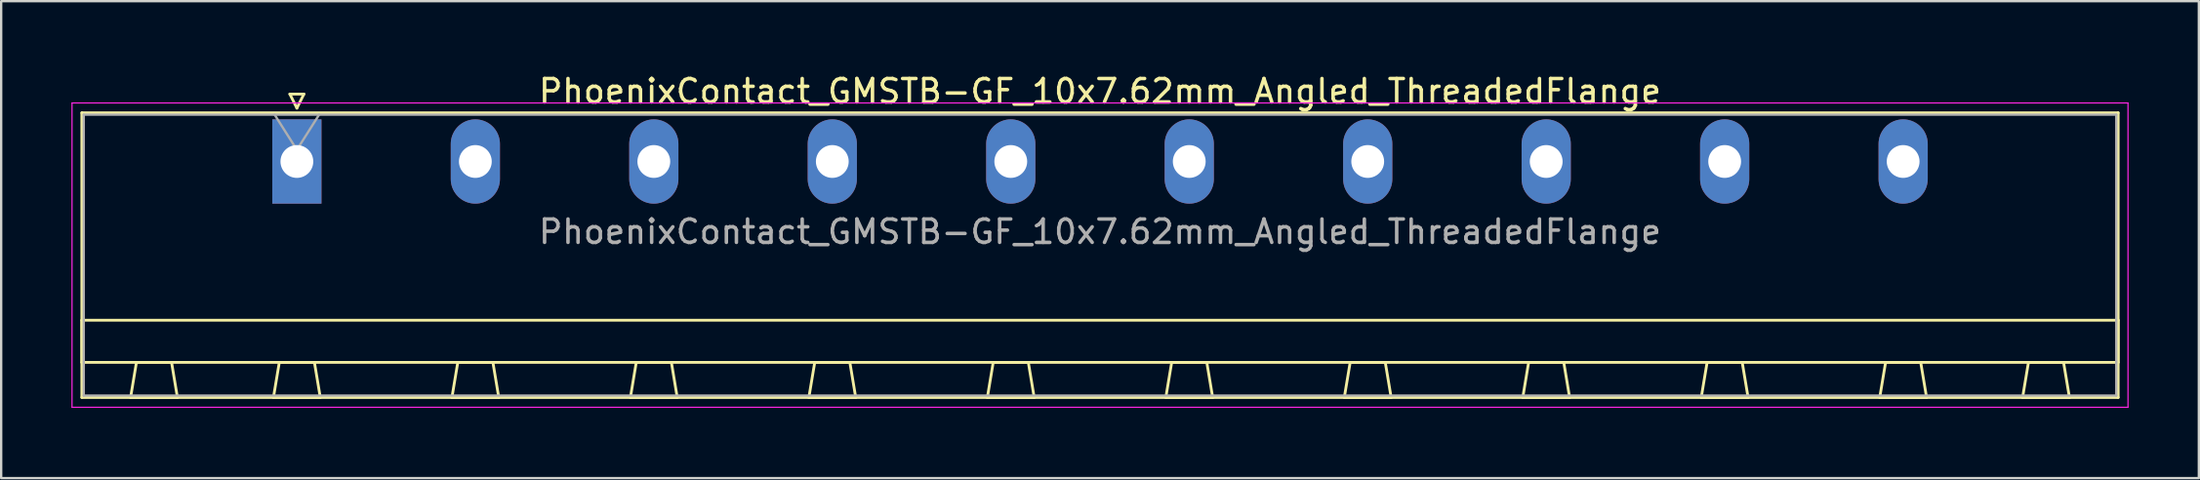
<source format=kicad_pcb>
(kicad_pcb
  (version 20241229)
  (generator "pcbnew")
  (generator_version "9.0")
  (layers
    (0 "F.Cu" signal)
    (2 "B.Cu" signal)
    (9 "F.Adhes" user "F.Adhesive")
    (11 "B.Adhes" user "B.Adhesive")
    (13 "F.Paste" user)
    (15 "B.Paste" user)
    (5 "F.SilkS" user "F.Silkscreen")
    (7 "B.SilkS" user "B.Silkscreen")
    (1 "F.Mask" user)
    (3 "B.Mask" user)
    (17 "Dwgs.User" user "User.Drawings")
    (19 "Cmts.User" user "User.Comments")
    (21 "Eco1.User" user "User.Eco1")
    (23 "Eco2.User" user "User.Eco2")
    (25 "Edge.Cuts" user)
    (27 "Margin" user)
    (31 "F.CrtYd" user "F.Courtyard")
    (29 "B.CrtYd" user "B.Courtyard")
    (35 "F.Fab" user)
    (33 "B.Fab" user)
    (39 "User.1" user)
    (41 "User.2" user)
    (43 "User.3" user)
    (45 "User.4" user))
  (footprint "PhoenixContact_GMSTB-GF_10x7.62mm_Angled_ThreadedFlange"
    (layer "F.Cu")
    (at 9.625 3.848)
    (property "Reference" "PhoenixContact_GMSTB-GF_10x7.62mm_Angled_ThreadedFlange" (at 34.29 -3 0) (layer "F.SilkS") (effects (font (size 1 1) (thickness 0.15))))
    (attr through_hole)
    (fp_line (start -9.18 -2.08) (end -9.18 10.08) (stroke (width 0.12) (type solid)) (layer "F.SilkS"))
    (fp_line (start -9.18 6.78) (end 77.76 6.78) (stroke (width 0.12) (type solid)) (layer "F.SilkS"))
    (fp_line (start -9.18 8.58) (end -9.18 6.78) (stroke (width 0.12) (type solid)) (layer "F.SilkS"))
    (fp_line (start -9.18 10.08) (end 77.76 10.08) (stroke (width 0.12) (type solid)) (layer "F.SilkS"))
    (fp_line (start -7.1 10.08) (end -5.1 10.08) (stroke (width 0.12) (type solid)) (layer "F.SilkS"))
    (fp_line (start -6.85 8.58) (end -7.1 10.08) (stroke (width 0.12) (type solid)) (layer "F.SilkS"))
    (fp_line (start -5.35 8.58) (end -6.85 8.58) (stroke (width 0.12) (type solid)) (layer "F.SilkS"))
    (fp_line (start -5.1 10.08) (end -5.35 8.58) (stroke (width 0.12) (type solid)) (layer "F.SilkS"))
    (fp_line (start -1 10.08) (end 1 10.08) (stroke (width 0.12) (type solid)) (layer "F.SilkS"))
    (fp_line (start -0.75 8.58) (end -1 10.08) (stroke (width 0.12) (type solid)) (layer "F.SilkS"))
    (fp_line (start -0.3 -2.88) (end 0.3 -2.88) (stroke (width 0.12) (type solid)) (layer "F.SilkS"))
    (fp_line (start 0 -2.28) (end -0.3 -2.88) (stroke (width 0.12) (type solid)) (layer "F.SilkS"))
    (fp_line (start 0.3 -2.88) (end 0 -2.28) (stroke (width 0.12) (type solid)) (layer "F.SilkS"))
    (fp_line (start 0.75 8.58) (end -0.75 8.58) (stroke (width 0.12) (type solid)) (layer "F.SilkS"))
    (fp_line (start 1 10.08) (end 0.75 8.58) (stroke (width 0.12) (type solid)) (layer "F.SilkS"))
    (fp_line (start 6.62 10.08) (end 8.62 10.08) (stroke (width 0.12) (type solid)) (layer "F.SilkS"))
    (fp_line (start 6.87 8.58) (end 6.62 10.08) (stroke (width 0.12) (type solid)) (layer "F.SilkS"))
    (fp_line (start 8.37 8.58) (end 6.87 8.58) (stroke (width 0.12) (type solid)) (layer "F.SilkS"))
    (fp_line (start 8.62 10.08) (end 8.37 8.58) (stroke (width 0.12) (type solid)) (layer "F.SilkS"))
    (fp_line (start 14.24 10.08) (end 16.24 10.08) (stroke (width 0.12) (type solid)) (layer "F.SilkS"))
    (fp_line (start 14.49 8.58) (end 14.24 10.08) (stroke (width 0.12) (type solid)) (layer "F.SilkS"))
    (fp_line (start 15.99 8.58) (end 14.49 8.58) (stroke (width 0.12) (type solid)) (layer "F.SilkS"))
    (fp_line (start 16.24 10.08) (end 15.99 8.58) (stroke (width 0.12) (type solid)) (layer "F.SilkS"))
    (fp_line (start 21.86 10.08) (end 23.86 10.08) (stroke (width 0.12) (type solid)) (layer "F.SilkS"))
    (fp_line (start 22.11 8.58) (end 21.86 10.08) (stroke (width 0.12) (type solid)) (layer "F.SilkS"))
    (fp_line (start 23.61 8.58) (end 22.11 8.58) (stroke (width 0.12) (type solid)) (layer "F.SilkS"))
    (fp_line (start 23.86 10.08) (end 23.61 8.58) (stroke (width 0.12) (type solid)) (layer "F.SilkS"))
    (fp_line (start 29.48 10.08) (end 31.48 10.08) (stroke (width 0.12) (type solid)) (layer "F.SilkS"))
    (fp_line (start 29.73 8.58) (end 29.48 10.08) (stroke (width 0.12) (type solid)) (layer "F.SilkS"))
    (fp_line (start 31.23 8.58) (end 29.73 8.58) (stroke (width 0.12) (type solid)) (layer "F.SilkS"))
    (fp_line (start 31.48 10.08) (end 31.23 8.58) (stroke (width 0.12) (type solid)) (layer "F.SilkS"))
    (fp_line (start 37.1 10.08) (end 39.1 10.08) (stroke (width 0.12) (type solid)) (layer "F.SilkS"))
    (fp_line (start 37.35 8.58) (end 37.1 10.08) (stroke (width 0.12) (type solid)) (layer "F.SilkS"))
    (fp_line (start 38.85 8.58) (end 37.35 8.58) (stroke (width 0.12) (type solid)) (layer "F.SilkS"))
    (fp_line (start 39.1 10.08) (end 38.85 8.58) (stroke (width 0.12) (type solid)) (layer "F.SilkS"))
    (fp_line (start 44.72 10.08) (end 46.72 10.08) (stroke (width 0.12) (type solid)) (layer "F.SilkS"))
    (fp_line (start 44.97 8.58) (end 44.72 10.08) (stroke (width 0.12) (type solid)) (layer "F.SilkS"))
    (fp_line (start 46.47 8.58) (end 44.97 8.58) (stroke (width 0.12) (type solid)) (layer "F.SilkS"))
    (fp_line (start 46.72 10.08) (end 46.47 8.58) (stroke (width 0.12) (type solid)) (layer "F.SilkS"))
    (fp_line (start 52.34 10.08) (end 54.34 10.08) (stroke (width 0.12) (type solid)) (layer "F.SilkS"))
    (fp_line (start 52.59 8.58) (end 52.34 10.08) (stroke (width 0.12) (type solid)) (layer "F.SilkS"))
    (fp_line (start 54.09 8.58) (end 52.59 8.58) (stroke (width 0.12) (type solid)) (layer "F.SilkS"))
    (fp_line (start 54.34 10.08) (end 54.09 8.58) (stroke (width 0.12) (type solid)) (layer "F.SilkS"))
    (fp_line (start 59.96 10.08) (end 61.96 10.08) (stroke (width 0.12) (type solid)) (layer "F.SilkS"))
    (fp_line (start 60.21 8.58) (end 59.96 10.08) (stroke (width 0.12) (type solid)) (layer "F.SilkS"))
    (fp_line (start 61.71 8.58) (end 60.21 8.58) (stroke (width 0.12) (type solid)) (layer "F.SilkS"))
    (fp_line (start 61.96 10.08) (end 61.71 8.58) (stroke (width 0.12) (type solid)) (layer "F.SilkS"))
    (fp_line (start 67.58 10.08) (end 69.58 10.08) (stroke (width 0.12) (type solid)) (layer "F.SilkS"))
    (fp_line (start 67.83 8.58) (end 67.58 10.08) (stroke (width 0.12) (type solid)) (layer "F.SilkS"))
    (fp_line (start 69.33 8.58) (end 67.83 8.58) (stroke (width 0.12) (type solid)) (layer "F.SilkS"))
    (fp_line (start 69.58 10.08) (end 69.33 8.58) (stroke (width 0.12) (type solid)) (layer "F.SilkS"))
    (fp_line (start 73.68 10.08) (end 75.68 10.08) (stroke (width 0.12) (type solid)) (layer "F.SilkS"))
    (fp_line (start 73.93 8.58) (end 73.68 10.08) (stroke (width 0.12) (type solid)) (layer "F.SilkS"))
    (fp_line (start 75.43 8.58) (end 73.93 8.58) (stroke (width 0.12) (type solid)) (layer "F.SilkS"))
    (fp_line (start 75.68 10.08) (end 75.43 8.58) (stroke (width 0.12) (type solid)) (layer "F.SilkS"))
    (fp_line (start 77.76 -2.08) (end -9.18 -2.08) (stroke (width 0.12) (type solid)) (layer "F.SilkS"))
    (fp_line (start 77.76 6.78) (end 77.76 8.58) (stroke (width 0.12) (type solid)) (layer "F.SilkS"))
    (fp_line (start 77.76 8.58) (end -9.18 8.58) (stroke (width 0.12) (type solid)) (layer "F.SilkS"))
    (fp_line (start 77.76 10.08) (end 77.76 -2.08) (stroke (width 0.12) (type solid)) (layer "F.SilkS"))
    (fp_line (start -9.6 -2.5) (end -9.6 10.5) (stroke (width 0.05) (type solid)) (layer "F.CrtYd"))
    (fp_line (start -9.6 10.5) (end 78.18 10.5) (stroke (width 0.05) (type solid)) (layer "F.CrtYd"))
    (fp_line (start 78.18 -2.5) (end -9.6 -2.5) (stroke (width 0.05) (type solid)) (layer "F.CrtYd"))
    (fp_line (start 78.18 10.5) (end 78.18 -2.5) (stroke (width 0.05) (type solid)) (layer "F.CrtYd"))
    (fp_line (start -9.1 -2) (end -9.1 10) (stroke (width 0.1) (type solid)) (layer "F.Fab"))
    (fp_line (start -9.1 10) (end 77.68 10) (stroke (width 0.1) (type solid)) (layer "F.Fab"))
    (fp_line (start 0 -0.5) (end -0.95 -2) (stroke (width 0.1) (type solid)) (layer "F.Fab"))
    (fp_line (start 0.95 -2) (end 0 -0.5) (stroke (width 0.1) (type solid)) (layer "F.Fab"))
    (fp_line (start 77.68 -2) (end -9.1 -2) (stroke (width 0.1) (type solid)) (layer "F.Fab"))
    (fp_line (start 77.68 10) (end 77.68 -2) (stroke (width 0.1) (type solid)) (layer "F.Fab"))
    (fp_text user "${REFERENCE}" (at 34.29 3 0) (layer "F.Fab") (effects (font (size 1 1) (thickness 0.15))))
    (pad "1" thru_hole rect (at 0 0) (size 2.1 3.6) (drill 1.4) (layers "*.Cu" "*.Mask"))
    (pad "2" thru_hole oval (at 7.62 0) (size 2.1 3.6) (drill 1.4) (layers "*.Cu" "*.Mask"))
    (pad "3" thru_hole oval (at 15.24 0) (size 2.1 3.6) (drill 1.4) (layers "*.Cu" "*.Mask"))
    (pad "4" thru_hole oval (at 22.86 0) (size 2.1 3.6) (drill 1.4) (layers "*.Cu" "*.Mask"))
    (pad "5" thru_hole oval (at 30.48 0) (size 2.1 3.6) (drill 1.4) (layers "*.Cu" "*.Mask"))
    (pad "6" thru_hole oval (at 38.1 0) (size 2.1 3.6) (drill 1.4) (layers "*.Cu" "*.Mask"))
    (pad "7" thru_hole oval (at 45.72 0) (size 2.1 3.6) (drill 1.4) (layers "*.Cu" "*.Mask"))
    (pad "8" thru_hole oval (at 53.34 0) (size 2.1 3.6) (drill 1.4) (layers "*.Cu" "*.Mask"))
    (pad "9" thru_hole oval (at 60.96 0) (size 2.1 3.6) (drill 1.4) (layers "*.Cu" "*.Mask"))
    (pad "10" thru_hole oval (at 68.58 0) (size 2.1 3.6) (drill 1.4) (layers "*.Cu" "*.Mask")))
  (gr_rect
    (start -3 -3)
    (end 90.83 17.373)
    (stroke (width 0.1) (type default))
    (fill no)
    (layer "Edge.Cuts")))
</source>
